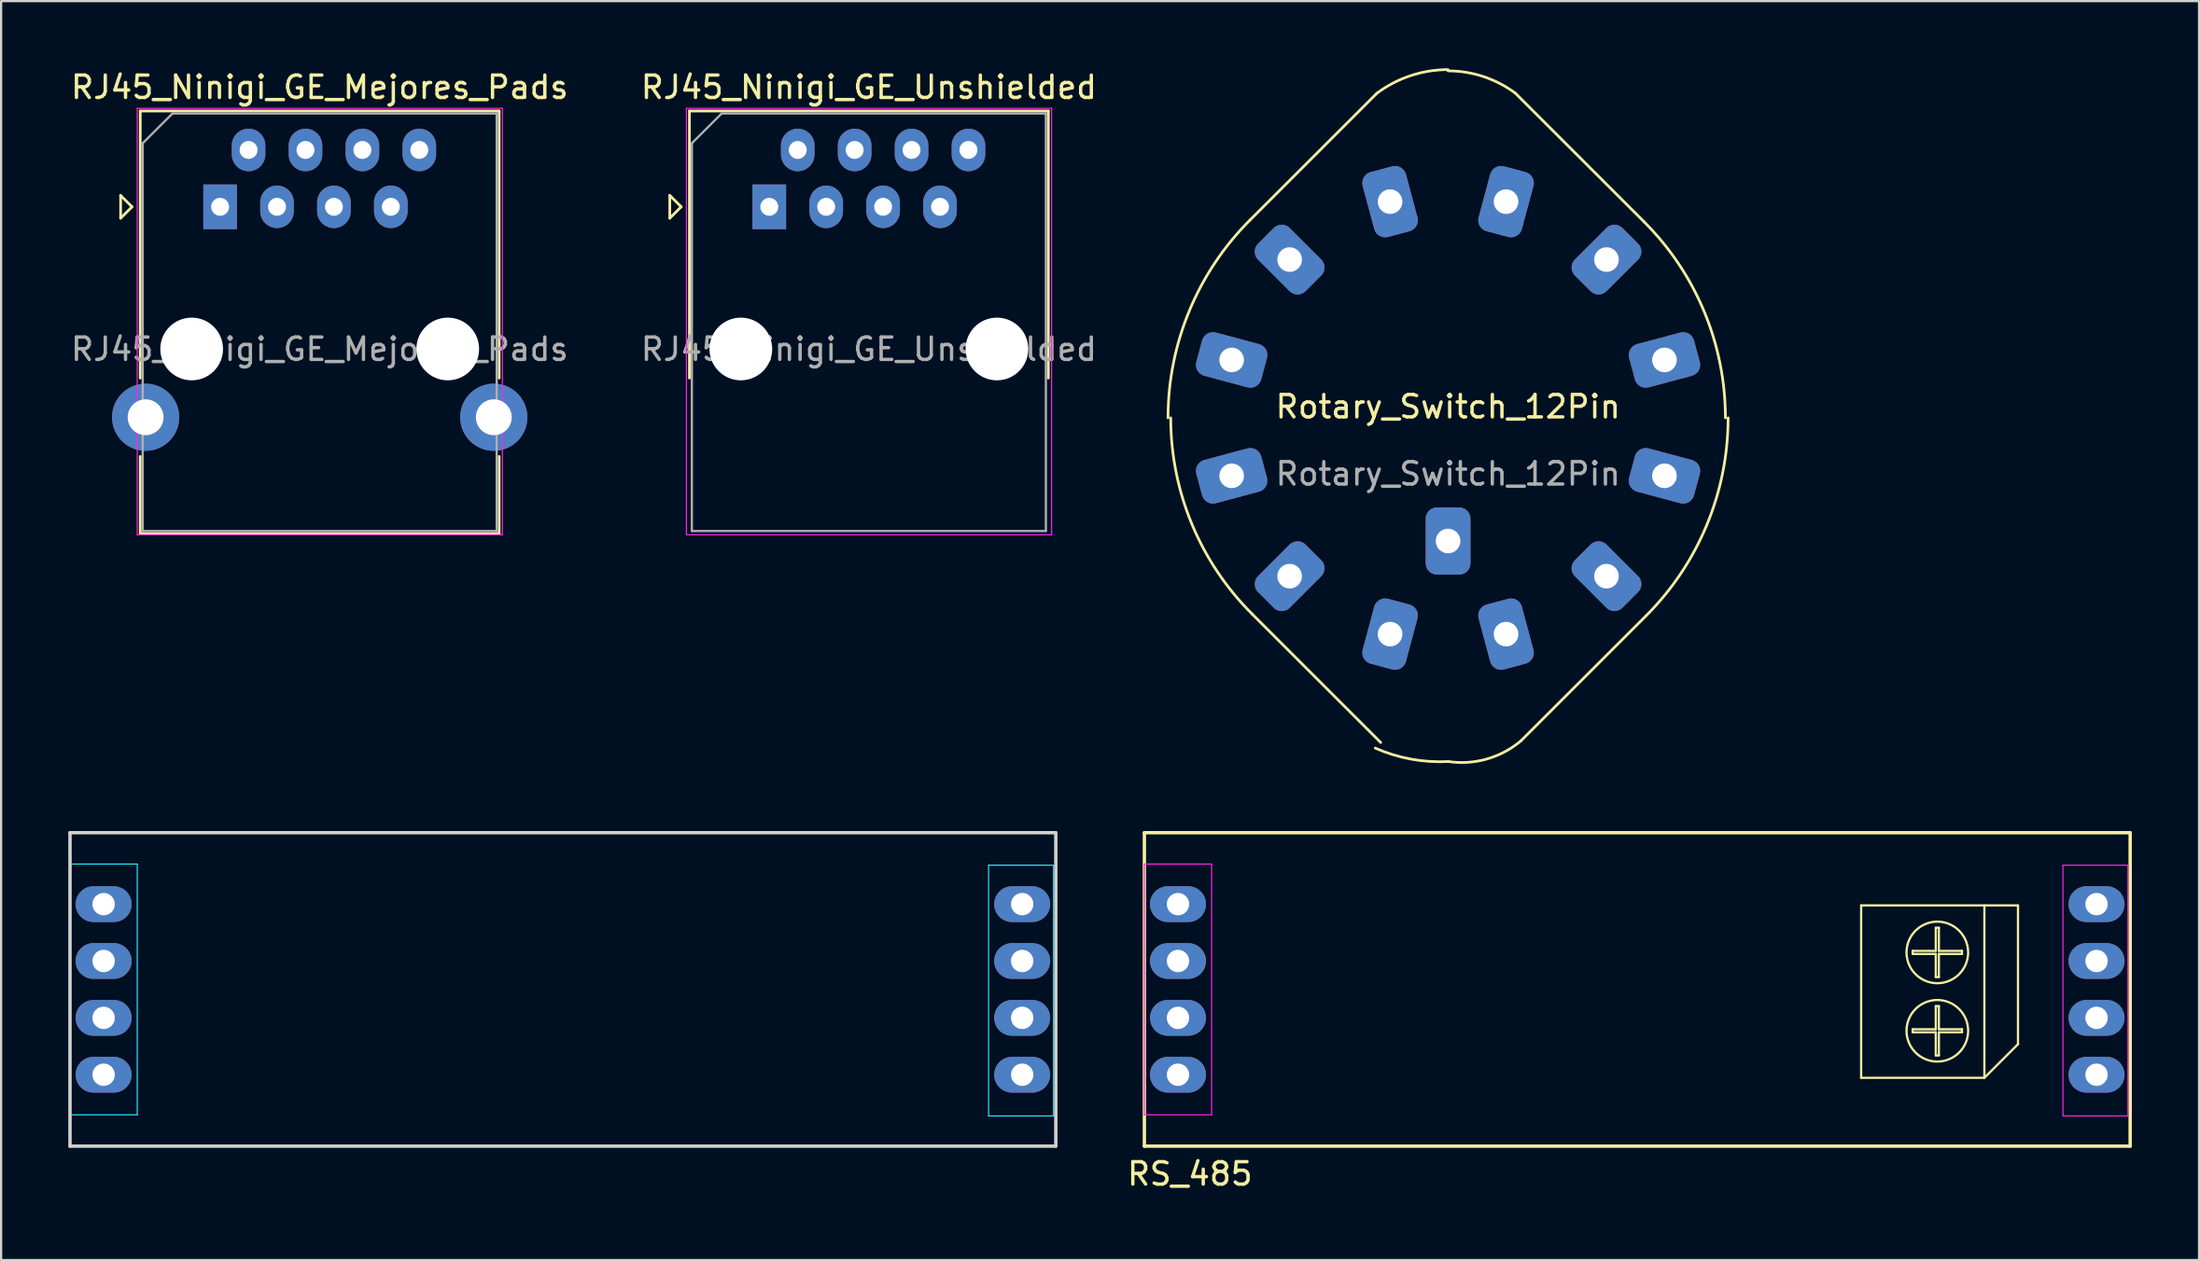
<source format=kicad_pcb>
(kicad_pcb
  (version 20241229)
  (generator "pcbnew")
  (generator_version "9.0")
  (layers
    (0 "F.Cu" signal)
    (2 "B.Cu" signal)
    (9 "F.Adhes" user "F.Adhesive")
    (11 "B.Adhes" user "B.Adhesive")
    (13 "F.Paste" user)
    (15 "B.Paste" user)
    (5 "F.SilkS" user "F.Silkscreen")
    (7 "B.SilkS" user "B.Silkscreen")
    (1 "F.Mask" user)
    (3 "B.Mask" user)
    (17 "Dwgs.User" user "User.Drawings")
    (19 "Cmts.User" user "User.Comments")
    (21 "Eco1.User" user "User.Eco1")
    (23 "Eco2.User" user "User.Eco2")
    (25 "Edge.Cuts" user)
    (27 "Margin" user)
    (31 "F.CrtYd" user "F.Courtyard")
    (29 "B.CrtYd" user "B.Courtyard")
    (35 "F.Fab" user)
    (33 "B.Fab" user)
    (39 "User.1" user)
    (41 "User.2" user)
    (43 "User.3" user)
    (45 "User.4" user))
  (footprint "RS_485_Module_Design"
    (layer "F.Cu")
    (at 22.075 41.146)
    (property "Reference" "RS_485_Module_Design" (at -2.2 0 0) (layer "Eco2.User") (effects (font (size 1 1) (thickness 0.15))))
    (attr through_hole)
    (fp_line (start 9.993 -3.753) (end 16.993 -3.753) (stroke (width 0.1) (type solid)) (layer "Eco2.User"))
    (fp_line (start 9.993 3.947) (end 9.993 -3.753) (stroke (width 0.1) (type solid)) (layer "Eco2.User"))
    (fp_line (start 12.293 -1.722) (end 13.324 -1.722) (stroke (width 0.1) (type solid)) (layer "Eco2.User"))
    (fp_line (start 12.293 -1.584) (end 12.293 -1.722) (stroke (width 0.1) (type solid)) (layer "Eco2.User"))
    (fp_line (start 12.293 1.778) (end 13.324 1.778) (stroke (width 0.1) (type solid)) (layer "Eco2.User"))
    (fp_line (start 12.293 1.916) (end 12.293 1.778) (stroke (width 0.1) (type solid)) (layer "Eco2.User"))
    (fp_line (start 13.324 -2.753) (end 13.462 -2.753) (stroke (width 0.1) (type solid)) (layer "Eco2.User"))
    (fp_line (start 13.324 -1.722) (end 13.324 -2.753) (stroke (width 0.1) (type solid)) (layer "Eco2.User"))
    (fp_line (start 13.324 -1.584) (end 12.293 -1.584) (stroke (width 0.1) (type solid)) (layer "Eco2.User"))
    (fp_line (start 13.324 -0.553) (end 13.324 -1.584) (stroke (width 0.1) (type solid)) (layer "Eco2.User"))
    (fp_line (start 13.324 0.747) (end 13.462 0.747) (stroke (width 0.1) (type solid)) (layer "Eco2.User"))
    (fp_line (start 13.324 1.778) (end 13.324 0.747) (stroke (width 0.1) (type solid)) (layer "Eco2.User"))
    (fp_line (start 13.324 1.916) (end 12.293 1.916) (stroke (width 0.1) (type solid)) (layer "Eco2.User"))
    (fp_line (start 13.324 2.947) (end 13.324 1.916) (stroke (width 0.1) (type solid)) (layer "Eco2.User"))
    (fp_line (start 13.462 -2.753) (end 13.462 -1.722) (stroke (width 0.1) (type solid)) (layer "Eco2.User"))
    (fp_line (start 13.462 -1.722) (end 14.493 -1.722) (stroke (width 0.1) (type solid)) (layer "Eco2.User"))
    (fp_line (start 13.462 -1.584) (end 13.462 -0.553) (stroke (width 0.1) (type solid)) (layer "Eco2.User"))
    (fp_line (start 13.462 -0.553) (end 13.324 -0.553) (stroke (width 0.1) (type solid)) (layer "Eco2.User"))
    (fp_line (start 13.462 0.747) (end 13.462 1.778) (stroke (width 0.1) (type solid)) (layer "Eco2.User"))
    (fp_line (start 13.462 1.778) (end 14.493 1.778) (stroke (width 0.1) (type solid)) (layer "Eco2.User"))
    (fp_line (start 13.462 1.916) (end 13.462 2.947) (stroke (width 0.1) (type solid)) (layer "Eco2.User"))
    (fp_line (start 13.462 2.947) (end 13.324 2.947) (stroke (width 0.1) (type solid)) (layer "Eco2.User"))
    (fp_line (start 14.493 -1.722) (end 14.493 -1.584) (stroke (width 0.1) (type solid)) (layer "Eco2.User"))
    (fp_line (start 14.493 -1.584) (end 13.462 -1.584) (stroke (width 0.1) (type solid)) (layer "Eco2.User"))
    (fp_line (start 14.493 1.778) (end 14.493 1.916) (stroke (width 0.1) (type solid)) (layer "Eco2.User"))
    (fp_line (start 14.493 1.916) (end 13.462 1.916) (stroke (width 0.1) (type solid)) (layer "Eco2.User"))
    (fp_line (start 15.493 3.947) (end 9.993 3.947) (stroke (width 0.1) (type solid)) (layer "Eco2.User"))
    (fp_line (start 15.493 3.947) (end 15.493 -3.753) (stroke (width 0.1) (type solid)) (layer "Eco2.User"))
    (fp_line (start 16.993 -3.753) (end 16.993 2.447) (stroke (width 0.1) (type solid)) (layer "Eco2.User"))
    (fp_line (start 16.993 2.447) (end 15.493 3.947) (stroke (width 0.1) (type solid)) (layer "Eco2.User"))
    (fp_circle (center 13.393 -1.653) (end 14.768 -1.653) (stroke (width 0.1) (type solid)) (fill no) (layer "Eco2.User"))
    (fp_circle (center 13.393 1.847) (end 14.768 1.847) (stroke (width 0.1) (type solid)) (fill no) (layer "Eco2.User"))
    (fp_line (start -22 -7) (end -22 7) (stroke (width 0.15) (type solid)) (layer "Edge.Cuts"))
    (fp_line (start -22 7) (end 22 7) (stroke (width 0.15) (type solid)) (layer "Edge.Cuts"))
    (fp_line (start 22 -7) (end -22 -7) (stroke (width 0.15) (type solid)) (layer "Edge.Cuts"))
    (fp_line (start 22 -7) (end 22 7) (stroke (width 0.15) (type solid)) (layer "Edge.Cuts"))
    (fp_line (start -22 -5.6) (end -22 5.6) (stroke (width 0.05) (type solid)) (layer "B.CrtYd"))
    (fp_line (start -22 5.6) (end -19 5.6) (stroke (width 0.05) (type solid)) (layer "B.CrtYd"))
    (fp_line (start -19 -5.6) (end -22 -5.6) (stroke (width 0.05) (type solid)) (layer "B.CrtYd"))
    (fp_line (start -19 5.6) (end -19 -5.6) (stroke (width 0.05) (type solid)) (layer "B.CrtYd"))
    (fp_line (start 19 -5.55) (end 19 5.65) (stroke (width 0.05) (type solid)) (layer "B.CrtYd"))
    (fp_line (start 19 5.65) (end 21.9 5.65) (stroke (width 0.05) (type solid)) (layer "B.CrtYd"))
    (fp_line (start 21.9 -5.55) (end 19 -5.55) (stroke (width 0.05) (type solid)) (layer "B.CrtYd"))
    (fp_line (start 21.9 5.65) (end 21.9 -5.55) (stroke (width 0.05) (type solid)) (layer "B.CrtYd"))
    (pad "1" thru_hole oval (at -20.5 -3.81 270) (size 1.6 2.5) (drill 1) (layers "*.Cu" "*.Mask"))
    (pad "2" thru_hole oval (at -20.5 -1.27 270) (size 1.6 2.5) (drill 1) (layers "*.Cu" "*.Mask"))
    (pad "3" thru_hole oval (at -20.5 1.27 270) (size 1.6 2.5) (drill 1) (layers "*.Cu" "*.Mask"))
    (pad "4" thru_hole oval (at -20.5 3.81 270) (size 1.6 2.5) (drill 1) (layers "*.Cu" "*.Mask"))
    (pad "5" thru_hole oval (at 20.5 3.81 270) (size 1.6 2.5) (drill 1) (layers "*.Cu" "*.Mask"))
    (pad "6" thru_hole oval (at 20.5 1.27 270) (size 1.6 2.5) (drill 1) (layers "*.Cu" "*.Mask"))
    (pad "7" thru_hole oval (at 20.5 -1.27 270) (size 1.6 2.5) (drill 1) (layers "*.Cu" "*.Mask"))
    (pad "8" thru_hole oval (at 20.5 -3.81 270) (size 1.6 2.5) (drill 1) (layers "*.Cu" "*.Mask")))
  (footprint "RJ45_Ninigi_GE_Mejores_Pads"
    (layer "F.Cu")
    (at 6.775 6.188)
    (property "Reference" "RJ45_Ninigi_GE_Mejores_Pads" (at 4.445 -5.34 0) (layer "F.SilkS") (effects (font (size 1 1) (thickness 0.15))))
    (attr through_hole)
    (fp_line (start -4.441 -0.508) (end -4.441 0.508) (stroke (width 0.12) (type solid)) (layer "F.SilkS"))
    (fp_line (start -4.441 0.508) (end -3.933 0) (stroke (width 0.12) (type solid)) (layer "F.SilkS"))
    (fp_line (start -3.933 0) (end -4.441 -0.508) (stroke (width 0.12) (type solid)) (layer "F.SilkS"))
    (fp_line (start -3.565 -4.28) (end -3.565 7.65) (stroke (width 0.12) (type solid)) (layer "F.SilkS"))
    (fp_line (start -3.565 11.15) (end -3.565 14.59) (stroke (width 0.12) (type solid)) (layer "F.SilkS"))
    (fp_line (start 12.455 -4.28) (end -3.565 -4.28) (stroke (width 0.12) (type solid)) (layer "F.SilkS"))
    (fp_line (start 12.455 -4.28) (end 12.455 7.65) (stroke (width 0.12) (type solid)) (layer "F.SilkS"))
    (fp_line (start 12.455 11.15) (end 12.455 14.59) (stroke (width 0.12) (type solid)) (layer "F.SilkS"))
    (fp_line (start 12.455 14.59) (end -3.565 14.59) (stroke (width 0.12) (type solid)) (layer "F.SilkS"))
    (fp_line (start -3.7 -4.4) (end 12.6 -4.4) (stroke (width 0.05) (type solid)) (layer "F.CrtYd"))
    (fp_line (start -3.7 14.65) (end -3.7 -4.4) (stroke (width 0.05) (type solid)) (layer "F.CrtYd"))
    (fp_line (start 12.6 -4.4) (end 12.6 14.65) (stroke (width 0.05) (type solid)) (layer "F.CrtYd"))
    (fp_line (start 12.6 14.65) (end -3.7 14.65) (stroke (width 0.05) (type solid)) (layer "F.CrtYd"))
    (fp_line (start -3.455 -2.84) (end -3.455 14.48) (stroke (width 0.1) (type solid)) (layer "F.Fab"))
    (fp_line (start -3.455 -2.84) (end -2.125 -4.17) (stroke (width 0.1) (type solid)) (layer "F.Fab"))
    (fp_line (start 12.345 -4.17) (end -2.125 -4.17) (stroke (width 0.1) (type solid)) (layer "F.Fab"))
    (fp_line (start 12.345 14.48) (end -3.455 14.48) (stroke (width 0.1) (type solid)) (layer "F.Fab"))
    (fp_line (start 12.345 14.48) (end 12.345 -4.17) (stroke (width 0.1) (type solid)) (layer "F.Fab"))
    (fp_text user "${REFERENCE}" (at 4.445 6.36 0) (layer "F.Fab") (effects (font (size 1 1) (thickness 0.15))))
    (pad "" np_thru_hole circle (at -1.27 6.35) (size 2.8 2.8) (drill 2.8) (layers "*.Cu" "*.Mask"))
    (pad "" np_thru_hole circle (at 10.16 6.35 180) (size 2.8 2.8) (drill 2.8) (layers "*.Cu" "*.Mask"))
    (pad "1" thru_hole rect (at 0 0 180) (size 1.5 2) (drill 0.8) (layers "*.Cu" "*.Mask"))
    (pad "2" thru_hole oval (at 1.27 -2.54 180) (size 1.5 1.9) (drill 0.8) (layers "*.Cu" "*.Mask"))
    (pad "3" thru_hole oval (at 2.54 0 180) (size 1.5 1.9) (drill 0.8) (layers "*.Cu" "*.Mask"))
    (pad "4" thru_hole oval (at 3.81 -2.54 180) (size 1.5 1.9) (drill 0.8) (layers "*.Cu" "*.Mask"))
    (pad "5" thru_hole oval (at 5.08 0 180) (size 1.5 1.9) (drill 0.8) (layers "*.Cu" "*.Mask"))
    (pad "6" thru_hole oval (at 6.35 -2.54 180) (size 1.5 1.9) (drill 0.8) (layers "*.Cu" "*.Mask"))
    (pad "7" thru_hole oval (at 7.62 0 180) (size 1.5 1.9) (drill 0.8) (layers "*.Cu" "*.Mask"))
    (pad "8" thru_hole oval (at 8.89 -2.54 180) (size 1.5 1.9) (drill 0.8) (layers "*.Cu" "*.Mask"))
    (pad "SH" thru_hole circle (at -3.325 9.4) (size 3 3) (drill 1.6) (layers "*.Cu" "*.Mask"))
    (pad "SH" thru_hole circle (at 12.215 9.4 180) (size 3 3) (drill 1.6) (layers "*.Cu" "*.Mask")))
  (footprint "RJ45_Ninigi_GE_Unshielded"
    (layer "F.Cu")
    (at 31.287 6.188)
    (property "Reference" "RJ45_Ninigi_GE_Unshielded" (at 4.445 -5.34 0) (layer "F.SilkS") (effects (font (size 1 1) (thickness 0.15))))
    (attr through_hole)
    (fp_line (start -4.441 -0.508) (end -4.441 0.508) (stroke (width 0.12) (type solid)) (layer "F.SilkS"))
    (fp_line (start -4.441 0.508) (end -3.933 0) (stroke (width 0.12) (type solid)) (layer "F.SilkS"))
    (fp_line (start -3.933 0) (end -4.441 -0.508) (stroke (width 0.12) (type solid)) (layer "F.SilkS"))
    (fp_line (start -3.565 -4.28) (end -3.565 7.65) (stroke (width 0.12) (type solid)) (layer "F.SilkS"))
    (fp_line (start 12.455 -4.28) (end -3.565 -4.28) (stroke (width 0.12) (type solid)) (layer "F.SilkS"))
    (fp_line (start 12.455 -4.28) (end 12.455 7.65) (stroke (width 0.12) (type solid)) (layer "F.SilkS"))
    (fp_line (start -3.565 11.15) (end -3.565 14.59) (stroke (width 0.12) (type solid)) (layer "Eco2.User"))
    (fp_line (start 12.455 11.15) (end 12.455 14.59) (stroke (width 0.12) (type solid)) (layer "Eco2.User"))
    (fp_line (start 12.455 14.59) (end -3.565 14.59) (stroke (width 0.12) (type solid)) (layer "Eco2.User"))
    (fp_line (start -3.7 -4.4) (end 12.6 -4.4) (stroke (width 0.05) (type solid)) (layer "F.CrtYd"))
    (fp_line (start -3.7 14.65) (end -3.7 -4.4) (stroke (width 0.05) (type solid)) (layer "F.CrtYd"))
    (fp_line (start 12.6 -4.4) (end 12.6 14.65) (stroke (width 0.05) (type solid)) (layer "F.CrtYd"))
    (fp_line (start 12.6 14.65) (end -3.7 14.65) (stroke (width 0.05) (type solid)) (layer "F.CrtYd"))
    (fp_line (start -3.455 -2.84) (end -3.455 14.48) (stroke (width 0.1) (type solid)) (layer "F.Fab"))
    (fp_line (start -3.455 -2.84) (end -2.125 -4.17) (stroke (width 0.1) (type solid)) (layer "F.Fab"))
    (fp_line (start 12.345 -4.17) (end -2.125 -4.17) (stroke (width 0.1) (type solid)) (layer "F.Fab"))
    (fp_line (start 12.345 14.48) (end -3.455 14.48) (stroke (width 0.1) (type solid)) (layer "F.Fab"))
    (fp_line (start 12.345 14.48) (end 12.345 -4.17) (stroke (width 0.1) (type solid)) (layer "F.Fab"))
    (fp_text user "${REFERENCE}" (at 4.445 6.36 0) (layer "F.Fab") (effects (font (size 1 1) (thickness 0.15))))
    (pad "" np_thru_hole circle (at -1.27 6.35) (size 2.8 2.8) (drill 2.8) (layers "*.Cu" "*.Mask"))
    (pad "" np_thru_hole circle (at 10.16 6.35 180) (size 2.8 2.8) (drill 2.8) (layers "*.Cu" "*.Mask"))
    (pad "1" thru_hole rect (at 0 0 180) (size 1.5 2) (drill 0.8) (layers "*.Cu" "*.Mask"))
    (pad "2" thru_hole oval (at 1.27 -2.54 180) (size 1.5 1.9) (drill 0.8) (layers "*.Cu" "*.Mask"))
    (pad "3" thru_hole oval (at 2.54 0 180) (size 1.5 1.9) (drill 0.8) (layers "*.Cu" "*.Mask"))
    (pad "4" thru_hole oval (at 3.81 -2.54 180) (size 1.5 1.9) (drill 0.8) (layers "*.Cu" "*.Mask"))
    (pad "5" thru_hole oval (at 5.08 0 180) (size 1.5 1.9) (drill 0.8) (layers "*.Cu" "*.Mask"))
    (pad "6" thru_hole oval (at 6.35 -2.54 180) (size 1.5 1.9) (drill 0.8) (layers "*.Cu" "*.Mask"))
    (pad "7" thru_hole oval (at 7.62 0 180) (size 1.5 1.9) (drill 0.8) (layers "*.Cu" "*.Mask"))
    (pad "8" thru_hole oval (at 8.89 -2.54 180) (size 1.5 1.9) (drill 0.8) (layers "*.Cu" "*.Mask")))
  (footprint "RS_485"
    (layer "F.Cu")
    (at 70.029 41.146)
    (property "Reference" "RS_485" (at -19.968 8.24 0) (layer "F.SilkS") (effects (font (size 1 1) (thickness 0.15))))
    (attr through_hole)
    (fp_line (start -22 -7) (end -22 7) (stroke (width 0.15) (type solid)) (layer "F.SilkS"))
    (fp_line (start -22 7) (end 22 7) (stroke (width 0.15) (type solid)) (layer "F.SilkS"))
    (fp_line (start 9.993 -3.753) (end 16.993 -3.753) (stroke (width 0.1) (type solid)) (layer "F.SilkS"))
    (fp_line (start 9.993 3.947) (end 9.993 -3.753) (stroke (width 0.1) (type solid)) (layer "F.SilkS"))
    (fp_line (start 12.293 -1.722) (end 13.324 -1.722) (stroke (width 0.1) (type solid)) (layer "F.SilkS"))
    (fp_line (start 12.293 -1.584) (end 12.293 -1.722) (stroke (width 0.1) (type solid)) (layer "F.SilkS"))
    (fp_line (start 12.293 1.778) (end 13.324 1.778) (stroke (width 0.1) (type solid)) (layer "F.SilkS"))
    (fp_line (start 12.293 1.916) (end 12.293 1.778) (stroke (width 0.1) (type solid)) (layer "F.SilkS"))
    (fp_line (start 13.324 -2.753) (end 13.462 -2.753) (stroke (width 0.1) (type solid)) (layer "F.SilkS"))
    (fp_line (start 13.324 -1.722) (end 13.324 -2.753) (stroke (width 0.1) (type solid)) (layer "F.SilkS"))
    (fp_line (start 13.324 -1.584) (end 12.293 -1.584) (stroke (width 0.1) (type solid)) (layer "F.SilkS"))
    (fp_line (start 13.324 -0.553) (end 13.324 -1.584) (stroke (width 0.1) (type solid)) (layer "F.SilkS"))
    (fp_line (start 13.324 0.747) (end 13.462 0.747) (stroke (width 0.1) (type solid)) (layer "F.SilkS"))
    (fp_line (start 13.324 1.778) (end 13.324 0.747) (stroke (width 0.1) (type solid)) (layer "F.SilkS"))
    (fp_line (start 13.324 1.916) (end 12.293 1.916) (stroke (width 0.1) (type solid)) (layer "F.SilkS"))
    (fp_line (start 13.324 2.947) (end 13.324 1.916) (stroke (width 0.1) (type solid)) (layer "F.SilkS"))
    (fp_line (start 13.462 -2.753) (end 13.462 -1.722) (stroke (width 0.1) (type solid)) (layer "F.SilkS"))
    (fp_line (start 13.462 -1.722) (end 14.493 -1.722) (stroke (width 0.1) (type solid)) (layer "F.SilkS"))
    (fp_line (start 13.462 -1.584) (end 13.462 -0.553) (stroke (width 0.1) (type solid)) (layer "F.SilkS"))
    (fp_line (start 13.462 -0.553) (end 13.324 -0.553) (stroke (width 0.1) (type solid)) (layer "F.SilkS"))
    (fp_line (start 13.462 0.747) (end 13.462 1.778) (stroke (width 0.1) (type solid)) (layer "F.SilkS"))
    (fp_line (start 13.462 1.778) (end 14.493 1.778) (stroke (width 0.1) (type solid)) (layer "F.SilkS"))
    (fp_line (start 13.462 1.916) (end 13.462 2.947) (stroke (width 0.1) (type solid)) (layer "F.SilkS"))
    (fp_line (start 13.462 2.947) (end 13.324 2.947) (stroke (width 0.1) (type solid)) (layer "F.SilkS"))
    (fp_line (start 14.493 -1.722) (end 14.493 -1.584) (stroke (width 0.1) (type solid)) (layer "F.SilkS"))
    (fp_line (start 14.493 -1.584) (end 13.462 -1.584) (stroke (width 0.1) (type solid)) (layer "F.SilkS"))
    (fp_line (start 14.493 1.778) (end 14.493 1.916) (stroke (width 0.1) (type solid)) (layer "F.SilkS"))
    (fp_line (start 14.493 1.916) (end 13.462 1.916) (stroke (width 0.1) (type solid)) (layer "F.SilkS"))
    (fp_line (start 15.493 3.947) (end 9.993 3.947) (stroke (width 0.1) (type solid)) (layer "F.SilkS"))
    (fp_line (start 15.493 3.947) (end 15.493 -3.753) (stroke (width 0.1) (type solid)) (layer "F.SilkS"))
    (fp_line (start 16.993 -3.753) (end 16.993 2.447) (stroke (width 0.1) (type solid)) (layer "F.SilkS"))
    (fp_line (start 16.993 2.447) (end 15.493 3.947) (stroke (width 0.1) (type solid)) (layer "F.SilkS"))
    (fp_line (start 22 -7) (end -22 -7) (stroke (width 0.15) (type solid)) (layer "F.SilkS"))
    (fp_line (start 22 -7) (end 22 7) (stroke (width 0.15) (type solid)) (layer "F.SilkS"))
    (fp_circle (center 13.393 -1.653) (end 14.768 -1.653) (stroke (width 0.1) (type solid)) (fill no) (layer "F.SilkS"))
    (fp_circle (center 13.393 1.847) (end 14.768 1.847) (stroke (width 0.1) (type solid)) (fill no) (layer "F.SilkS"))
    (fp_line (start -22 -5.6) (end -22 5.6) (stroke (width 0.05) (type solid)) (layer "F.CrtYd"))
    (fp_line (start -22 5.6) (end -19 5.6) (stroke (width 0.05) (type solid)) (layer "F.CrtYd"))
    (fp_line (start -19 -5.6) (end -22 -5.6) (stroke (width 0.05) (type solid)) (layer "F.CrtYd"))
    (fp_line (start -19 5.6) (end -19 -5.6) (stroke (width 0.05) (type solid)) (layer "F.CrtYd"))
    (fp_line (start 19 -5.55) (end 19 5.65) (stroke (width 0.05) (type solid)) (layer "F.CrtYd"))
    (fp_line (start 19 5.65) (end 21.9 5.65) (stroke (width 0.05) (type solid)) (layer "F.CrtYd"))
    (fp_line (start 21.9 -5.55) (end 19 -5.55) (stroke (width 0.05) (type solid)) (layer "F.CrtYd"))
    (fp_line (start 21.9 5.65) (end 21.9 -5.55) (stroke (width 0.05) (type solid)) (layer "F.CrtYd"))
    (pad "1" thru_hole oval (at -20.5 -3.81 270) (size 1.6 2.5) (drill 1) (layers "*.Cu" "*.Mask"))
    (pad "2" thru_hole oval (at -20.5 -1.27 270) (size 1.6 2.5) (drill 1) (layers "*.Cu" "*.Mask"))
    (pad "3" thru_hole oval (at -20.5 1.27 270) (size 1.6 2.5) (drill 1) (layers "*.Cu" "*.Mask"))
    (pad "4" thru_hole oval (at -20.5 3.81 270) (size 1.6 2.5) (drill 1) (layers "*.Cu" "*.Mask"))
    (pad "5" thru_hole oval (at 20.5 3.81 270) (size 1.6 2.5) (drill 1) (layers "*.Cu" "*.Mask"))
    (pad "6" thru_hole oval (at 20.5 1.27 270) (size 1.6 2.5) (drill 1) (layers "*.Cu" "*.Mask"))
    (pad "7" thru_hole oval (at 20.5 -1.27 270) (size 1.6 2.5) (drill 1) (layers "*.Cu" "*.Mask"))
    (pad "8" thru_hole oval (at 20.5 -3.81 270) (size 1.6 2.5) (drill 1) (layers "*.Cu" "*.Mask")))
  (footprint "Rotary_Switch_12Pin"
    (layer "F.Cu")
    (at 61.584 15.616)
    (property "Reference" "Rotary_Switch_12Pin" (at 0 -0.5 0) (unlocked yes) (layer "F.SilkS") (effects (font (size 1 1) (thickness 0.15))))
    (attr through_hole)
    (fp_line (start -8.839 -8.839) (end -3.178 -14.5) (stroke (width 0.12) (type solid)) (layer "F.SilkS"))
    (fp_line (start -8.754 8.754) (end -3.007 14.5) (stroke (width 0.12) (type solid)) (layer "F.SilkS"))
    (fp_line (start 8.754 -8.754) (end 3.007 -14.5) (stroke (width 0.12) (type solid)) (layer "F.SilkS"))
    (fp_line (start 8.839 8.839) (end 3.25 14.428) (stroke (width 0.12) (type solid)) (layer "F.SilkS"))
    (fp_arc (start -12.5 0) (mid -11.548494 -4.783543) (end -8.838835 -8.838835) (stroke (width 0.12) (type solid)) (layer "F.SilkS"))
    (fp_arc (start -8.75357 8.75357) (mid -11.43709 4.737398) (end -12.379418 0) (stroke (width 0.12) (type solid)) (layer "F.SilkS"))
    (fp_arc (start -3.17767 -14.5) (mid -1.674325 -15.285343) (end 0 -15.556349) (stroke (width 0.12) (type solid)) (layer "F.SilkS"))
    (fp_arc (start 0 -15.5) (mid 1.584526 -15.243446) (end 3.00714 -14.5) (stroke (width 0.12) (type solid)) (layer "F.SilkS"))
    (fp_arc (start 0 15.349242) (mid -1.606435 15.250985) (end -3.25 14.75) (stroke (width 0.12) (type solid)) (layer "F.SilkS"))
    (fp_arc (start 3.25 14.42767) (mid 1.724519 15.239417) (end 0 15.349242) (stroke (width 0.12) (type solid)) (layer "F.SilkS"))
    (fp_arc (start 8.75357 -8.75357) (mid 11.43709 -4.737398) (end 12.379418 0) (stroke (width 0.12) (type solid)) (layer "F.SilkS"))
    (fp_arc (start 12.5 0) (mid 11.548494 4.783543) (end 8.838835 8.838835) (stroke (width 0.12) (type solid)) (layer "F.SilkS"))
    (fp_text user "${REFERENCE}" (at 0 2.5 0) (unlocked yes) (layer "F.Fab") (effects (font (size 1 1) (thickness 0.15))))
    (pad "1" thru_hole roundrect (at 7.071 -7.071 315) (size 2 3) (drill 1.1) (layers "*.Cu" "*.Mask") (roundrect_rratio 0.25))
    (pad "2" thru_hole roundrect (at 9.659 -2.588 285) (size 2 3) (drill 1.1) (layers "*.Cu" "*.Mask") (roundrect_rratio 0.25))
    (pad "3" thru_hole roundrect (at 9.659 2.588 255) (size 2 3) (drill 1.1) (layers "*.Cu" "*.Mask") (roundrect_rratio 0.25))
    (pad "4" thru_hole roundrect (at 7.071 7.071 225) (size 2 3) (drill 1.1) (layers "*.Cu" "*.Mask") (roundrect_rratio 0.25))
    (pad "5" thru_hole roundrect (at 2.588 9.659 195) (size 2 3) (drill 1.1) (layers "*.Cu" "*.Mask") (roundrect_rratio 0.25))
    (pad "6" thru_hole roundrect (at -2.588 9.659 165) (size 2 3) (drill 1.1) (layers "*.Cu" "*.Mask") (roundrect_rratio 0.25))
    (pad "7" thru_hole roundrect (at -7.071 7.071 135) (size 2 3) (drill 1.1) (layers "*.Cu" "*.Mask") (roundrect_rratio 0.25))
    (pad "8" thru_hole roundrect (at -9.659 2.588 105) (size 2 3) (drill 1.1) (layers "*.Cu" "*.Mask") (roundrect_rratio 0.25))
    (pad "9" thru_hole roundrect (at -9.659 -2.588 75) (size 2 3) (drill 1.1) (layers "*.Cu" "*.Mask") (roundrect_rratio 0.25))
    (pad "10" thru_hole roundrect (at -7.071 -7.071 45) (size 2 3) (drill 1.1) (layers "*.Cu" "*.Mask") (roundrect_rratio 0.25))
    (pad "11" thru_hole roundrect (at -2.588 -9.659 15) (size 2 3) (drill 1.1) (layers "*.Cu" "*.Mask") (roundrect_rratio 0.25))
    (pad "12" thru_hole roundrect (at 2.588 -9.659 345) (size 2 3) (drill 1.1) (layers "*.Cu" "*.Mask") (roundrect_rratio 0.25))
    (pad "13" thru_hole roundrect (at 0 5.5) (size 2 3) (drill 1.1) (layers "*.Cu" "*.Mask") (roundrect_rratio 0.25)))
  (gr_rect
    (start -3 -3)
    (end 95.104 53.234)
    (stroke (width 0.1) (type default))
    (fill no)
    (layer "Edge.Cuts")))
</source>
